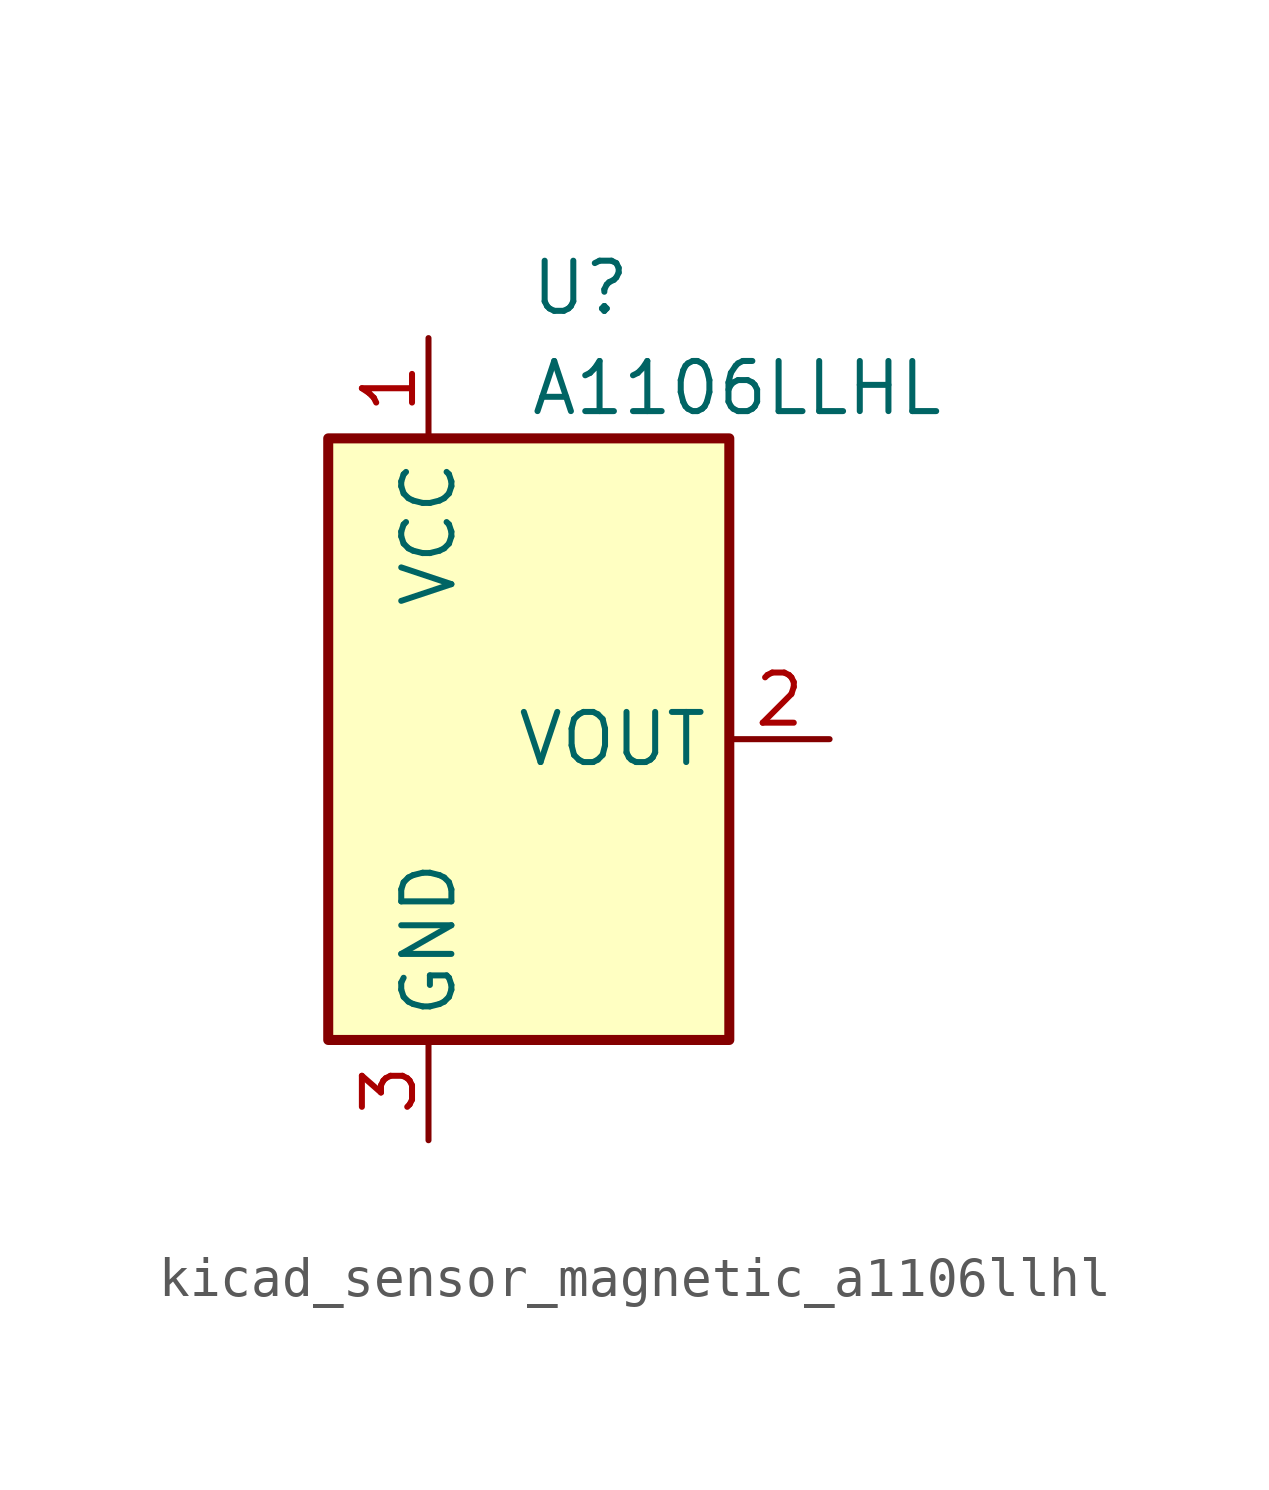
<source format=kicad_sym>
(kicad_symbol_lib
  (version 20220914)
  (generator kicad_symbol_editor)
  (symbol "kicad_sensor_magnetic_a1106llhl"
    (property "Reference" "U"
      (at 0 11.43 0)
      (effects (font (size 1.27 1.27)) (justify left)))
    (property "Value" "A1106LLHL"
      (at 0 8.89 0)
      (effects (font (size 1.27 1.27)) (justify left)))
    (symbol "kicad_sensor_magnetic_a1106llhl_0_1"
      (rectangle (start -5.08 7.62) (end 5.08 -7.62) (stroke (width 0.254) (type default)) (fill (type background))))
    (symbol "kicad_sensor_magnetic_a1106llhl_1_1"
      (pin power_in line (at -2.54 10.16 270) (length 2.54) (name "VCC" (effects (font (size 1.27 1.27)))) (number "1" (effects (font (size 1.27 1.27)))))
      (pin open_collector line (at 7.62 0 180) (length 2.54) (name "VOUT" (effects (font (size 1.27 1.27)))) (number "2" (effects (font (size 1.27 1.27)))))
      (pin power_in line (at -2.54 -10.16 90) (length 2.54) (name "GND" (effects (font (size 1.27 1.27)))) (number "3" (effects (font (size 1.27 1.27))))))))
</source>
